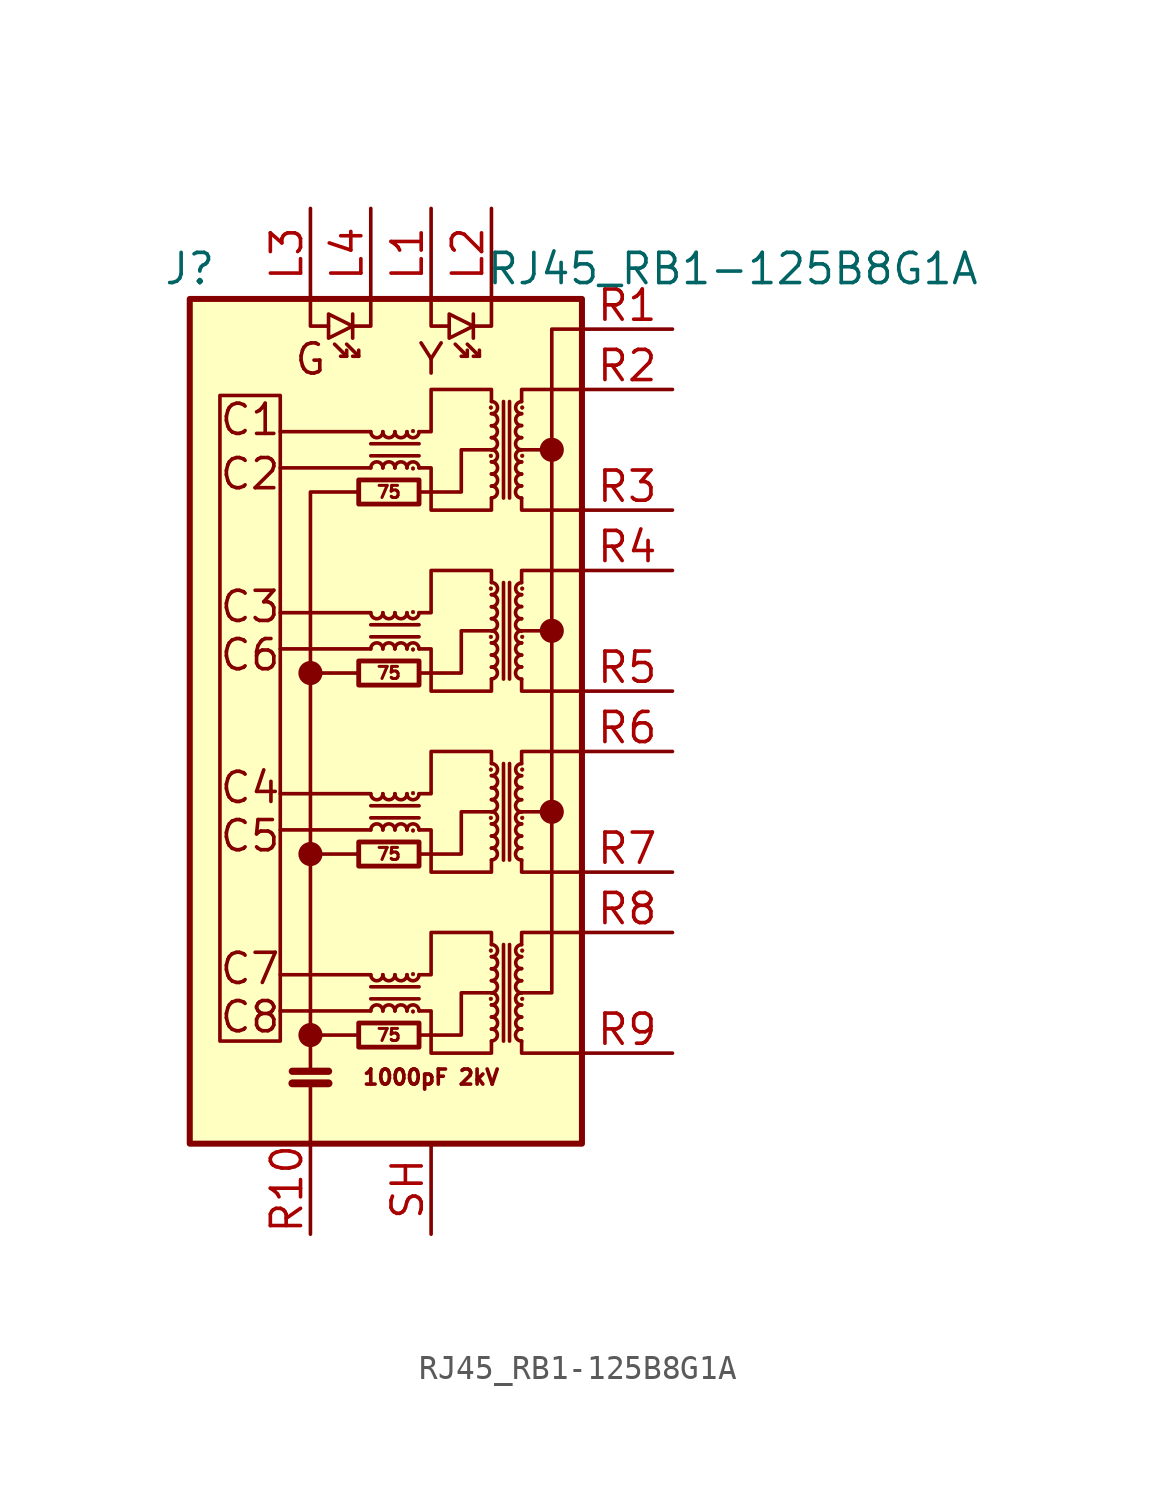
<source format=kicad_sym>
(kicad_symbol_lib
  (version 20220914)
  (generator kicad_symbol_editor)
  (symbol "RJ45_RB1-125B8G1A"
    (pin_names hide)
    (property "Reference" "J"
      (at -7.62 20.32 0)
      (effects (font (size 1.27 1.27))))
    (property "Value" "RJ45_RB1-125B8G1A"
      (at 15.24 20.32 0)
      (effects (font (size 1.27 1.27))))
    (symbol "RJ45_RB1-125B8G1A_0_0"
      (circle (center -2.54 -11.938) (radius 0.0001) (stroke (width 0.508) (type default)) (fill (type none)))
      (circle (center -2.54 -4.318) (radius 0.0001) (stroke (width 0.508) (type default)) (fill (type none)))
      (circle (center -2.54 3.302) (radius 0.0001) (stroke (width 0.508) (type default)) (fill (type none)))
      (polyline (pts (xy -0.508 -11.938) (xy -2.54 -11.938)) (stroke (width 0) (type default)) (fill (type none)))
      (polyline (pts (xy 0 -10.922) (xy -3.81 -10.922)) (stroke (width 0) (type default)) (fill (type none)))
      (polyline (pts (xy 0 -9.398) (xy -3.81 -9.398)) (stroke (width 0) (type default)) (fill (type none)))
      (polyline (pts (xy 0 -3.302) (xy -3.81 -3.302)) (stroke (width 0) (type default)) (fill (type none)))
      (polyline (pts (xy 0 -1.778) (xy -3.81 -1.778)) (stroke (width 0) (type default)) (fill (type none)))
      (polyline (pts (xy 0 4.318) (xy -3.81 4.318)) (stroke (width 0) (type default)) (fill (type none)))
      (polyline (pts (xy 0 5.842) (xy -3.81 5.842)) (stroke (width 0) (type default)) (fill (type none)))
      (polyline (pts (xy 0 11.938) (xy -3.81 11.938)) (stroke (width 0) (type default)) (fill (type none)))
      (polyline (pts (xy 0 13.462) (xy -3.81 13.462)) (stroke (width 0) (type default)) (fill (type none)))
      (polyline (pts (xy 6.35 5.08) (xy 7.62 5.08)) (stroke (width 0) (type default)) (fill (type none)))
      (polyline (pts (xy 7.62 -2.54) (xy 6.35 -2.54)) (stroke (width 0) (type default)) (fill (type none)))
      (polyline (pts (xy 7.62 12.7) (xy 6.35 12.7)) (stroke (width 0) (type default)) (fill (type none)))
      (polyline (pts (xy 2.032 -11.938) (xy 3.81 -11.938) (xy 3.81 -10.16) (xy 5.08 -10.16)) (stroke (width 0) (type default)) (fill (type none)))
      (polyline (pts (xy 2.032 -4.318) (xy 3.81 -4.318) (xy 3.81 -2.54) (xy 5.08 -2.54)) (stroke (width 0) (type default)) (fill (type none)))
      (polyline (pts (xy 2.032 3.302) (xy 3.81 3.302) (xy 3.81 5.08) (xy 5.08 5.08)) (stroke (width 0) (type default)) (fill (type none)))
      (polyline (pts (xy 2.032 10.922) (xy 3.81 10.922) (xy 3.81 12.7) (xy 5.08 12.7)) (stroke (width 0) (type default)) (fill (type none)))
      (circle (center 7.62 -2.54) (radius 0.0001) (stroke (width 0.508) (type default)) (fill (type none)))
      (circle (center 7.62 5.08) (radius 0.0001) (stroke (width 0.508) (type default)) (fill (type none)))
      (circle (center 7.62 12.7) (radius 0.0001) (stroke (width 0.508) (type default)) (fill (type none)))
      (text "1000pF 2kV" (at 2.54 -13.716 0) (effects (font (size 0.635 0.635))))
      (text "C1" (at -5.08 13.97 0) (effects (font (size 1.27 1.27))))
      (text "C2" (at -5.08 11.684 0) (effects (font (size 1.27 1.27))))
      (text "C3" (at -5.08 6.096 0) (effects (font (size 1.27 1.27))))
      (text "C4" (at -5.08 -1.524 0) (effects (font (size 1.27 1.27))))
      (text "C5" (at -5.08 -3.556 0) (effects (font (size 1.27 1.27))))
      (text "C6" (at -5.08 4.064 0) (effects (font (size 1.27 1.27))))
      (text "C7" (at -5.08 -9.144 0) (effects (font (size 1.27 1.27))))
      (text "C8" (at -5.08 -11.176 0) (effects (font (size 1.27 1.27))))
      (text "G" (at -2.54 16.51 0) (effects (font (size 1.27 1.27))))
      (text "Y" (at 2.54 16.51 0) (effects (font (size 1.27 1.27)))))
    (symbol "RJ45_RB1-125B8G1A_0_1"
      (rectangle (start -7.62 19.05) (end 8.89 -16.51) (stroke (width 0.254) (type default)) (fill (type background)))
      (rectangle (start -3.81 -12.192) (end -6.35 14.986) (stroke (width 0) (type default)) (fill (type none)))
      (rectangle (start -0.508 -12.446) (end 2.032 -11.43) (stroke (width 0.203) (type default)) (fill (type none)))
      (rectangle (start -0.508 -4.826) (end 2.032 -3.81) (stroke (width 0.203) (type default)) (fill (type none)))
      (rectangle (start -0.508 2.794) (end 2.032 3.81) (stroke (width 0.203) (type default)) (fill (type none)))
      (rectangle (start -0.508 10.414) (end 2.032 11.43) (stroke (width 0.203) (type default)) (fill (type none)))
      (arc (start 0 -9.398) (mid 0.254 -9.6509) (end 0.508 -9.398) (stroke (width 0) (type default)) (fill (type none)))
      (arc (start 0 -1.778) (mid 0.254 -2.0309) (end 0.508 -1.778) (stroke (width 0) (type default)) (fill (type none)))
      (polyline (pts (xy -3.302 -13.97) (xy -1.778 -13.97)) (stroke (width 0.33) (type default)) (fill (type none)))
      (polyline (pts (xy -3.302 -13.462) (xy -1.778 -13.462)) (stroke (width 0.305) (type default)) (fill (type none)))
      (polyline (pts (xy -2.54 -16.51) (xy -2.54 -13.97)) (stroke (width 0) (type default)) (fill (type none)))
      (polyline (pts (xy -2.54 3.302) (xy -0.508 3.302)) (stroke (width 0) (type default)) (fill (type none)))
      (polyline (pts (xy -1.016 16.637) (xy -1.524 17.145)) (stroke (width 0) (type default)) (fill (type none)))
      (polyline (pts (xy -0.762 18.415) (xy -0.762 17.399)) (stroke (width 0) (type default)) (fill (type none)))
      (polyline (pts (xy -0.508 -4.318) (xy -2.54 -4.318)) (stroke (width 0) (type default)) (fill (type none)))
      (polyline (pts (xy -0.508 16.637) (xy -1.016 17.145)) (stroke (width 0) (type default)) (fill (type none)))
      (polyline (pts (xy 0 -10.414) (xy 2.032 -10.414)) (stroke (width 0) (type default)) (fill (type none)))
      (polyline (pts (xy 0 -2.794) (xy 2.032 -2.794)) (stroke (width 0) (type default)) (fill (type none)))
      (polyline (pts (xy 0 4.826) (xy 2.032 4.826)) (stroke (width 0) (type default)) (fill (type none)))
      (polyline (pts (xy 0 12.446) (xy 2.032 12.446)) (stroke (width 0) (type default)) (fill (type none)))
      (polyline (pts (xy 2.032 -9.906) (xy 0 -9.906)) (stroke (width 0) (type default)) (fill (type none)))
      (polyline (pts (xy 2.032 -2.286) (xy 0 -2.286)) (stroke (width 0) (type default)) (fill (type none)))
      (polyline (pts (xy 2.032 5.334) (xy 0 5.334)) (stroke (width 0) (type default)) (fill (type none)))
      (polyline (pts (xy 2.032 12.954) (xy 0 12.954)) (stroke (width 0) (type default)) (fill (type none)))
      (polyline (pts (xy 4.064 16.637) (xy 3.556 17.145)) (stroke (width 0) (type default)) (fill (type none)))
      (polyline (pts (xy 4.318 18.415) (xy 4.318 17.399)) (stroke (width 0) (type default)) (fill (type none)))
      (polyline (pts (xy 4.572 16.637) (xy 4.064 17.145)) (stroke (width 0) (type default)) (fill (type none)))
      (polyline (pts (xy 5.588 -8.128) (xy 5.588 -12.192)) (stroke (width 0) (type default)) (fill (type none)))
      (polyline (pts (xy 5.588 -0.508) (xy 5.588 -4.572)) (stroke (width 0) (type default)) (fill (type none)))
      (polyline (pts (xy 5.588 7.112) (xy 5.588 3.048)) (stroke (width 0) (type default)) (fill (type none)))
      (polyline (pts (xy 5.588 14.732) (xy 5.588 10.668)) (stroke (width 0) (type default)) (fill (type none)))
      (polyline (pts (xy 5.842 -12.192) (xy 5.842 -8.128)) (stroke (width 0) (type default)) (fill (type none)))
      (polyline (pts (xy 5.842 -4.572) (xy 5.842 -0.508)) (stroke (width 0) (type default)) (fill (type none)))
      (polyline (pts (xy 5.842 3.048) (xy 5.842 7.112)) (stroke (width 0) (type default)) (fill (type none)))
      (polyline (pts (xy 5.842 10.668) (xy 5.842 14.732)) (stroke (width 0) (type default)) (fill (type none)))
      (polyline (pts (xy -2.54 -13.462) (xy -2.54 10.922) (xy -0.508 10.922)) (stroke (width 0) (type default)) (fill (type none)))
      (polyline (pts (xy -2.54 19.05) (xy -2.54 17.907) (xy -1.778 17.907)) (stroke (width 0) (type default)) (fill (type none)))
      (polyline (pts (xy -1.016 16.891) (xy -1.016 16.637) (xy -1.27 16.637)) (stroke (width 0) (type default)) (fill (type none)))
      (polyline (pts (xy -0.508 16.891) (xy -0.508 16.637) (xy -0.762 16.637)) (stroke (width 0) (type default)) (fill (type none)))
      (polyline (pts (xy 0 19.05) (xy 0 17.907) (xy -0.762 17.907)) (stroke (width 0) (type default)) (fill (type none)))
      (polyline (pts (xy 2.54 19.05) (xy 2.54 17.907) (xy 3.302 17.907)) (stroke (width 0) (type default)) (fill (type none)))
      (polyline (pts (xy 4.064 16.891) (xy 4.064 16.637) (xy 3.81 16.637)) (stroke (width 0) (type default)) (fill (type none)))
      (polyline (pts (xy 4.572 16.891) (xy 4.572 16.637) (xy 4.318 16.637)) (stroke (width 0) (type default)) (fill (type none)))
      (polyline (pts (xy 5.08 19.05) (xy 5.08 17.907) (xy 4.318 17.907)) (stroke (width 0) (type default)) (fill (type none)))
      (polyline (pts (xy 6.35 -12.192) (xy 6.35 -12.7) (xy 8.89 -12.7)) (stroke (width 0) (type default)) (fill (type none)))
      (polyline (pts (xy 6.35 -8.128) (xy 6.35 -7.62) (xy 8.89 -7.62)) (stroke (width 0) (type default)) (fill (type none)))
      (polyline (pts (xy 6.35 -4.572) (xy 6.35 -5.08) (xy 8.89 -5.08)) (stroke (width 0) (type default)) (fill (type none)))
      (polyline (pts (xy 6.35 -0.508) (xy 6.35 0) (xy 8.89 0)) (stroke (width 0) (type default)) (fill (type none)))
      (polyline (pts (xy 6.35 3.048) (xy 6.35 2.54) (xy 8.89 2.54)) (stroke (width 0) (type default)) (fill (type none)))
      (polyline (pts (xy 6.35 7.112) (xy 6.35 7.62) (xy 8.89 7.62)) (stroke (width 0) (type default)) (fill (type none)))
      (polyline (pts (xy 6.35 10.668) (xy 6.35 10.16) (xy 8.89 10.16)) (stroke (width 0) (type default)) (fill (type none)))
      (polyline (pts (xy 6.35 14.732) (xy 6.35 15.24) (xy 8.89 15.24)) (stroke (width 0) (type default)) (fill (type none)))
      (polyline (pts (xy -0.762 17.907) (xy -1.778 18.415) (xy -1.778 17.399) (xy -0.762 17.907)) (stroke (width 0) (type default)) (fill (type none)))
      (polyline (pts (xy 4.318 17.907) (xy 3.302 18.415) (xy 3.302 17.399) (xy 4.318 17.907)) (stroke (width 0) (type default)) (fill (type none)))
      (polyline (pts (xy 8.89 17.78) (xy 7.62 17.78) (xy 7.62 -10.16) (xy 6.35 -10.16)) (stroke (width 0) (type default)) (fill (type none)))
      (polyline (pts (xy 2.032 -9.398) (xy 2.54 -9.398) (xy 2.54 -7.62) (xy 5.08 -7.62) (xy 5.08 -8.128)) (stroke (width 0) (type default)) (fill (type none)))
      (polyline (pts (xy 2.032 -1.778) (xy 2.54 -1.778) (xy 2.54 0) (xy 5.08 0) (xy 5.08 -0.508)) (stroke (width 0) (type default)) (fill (type none)))
      (polyline (pts (xy 2.032 5.842) (xy 2.54 5.842) (xy 2.54 7.62) (xy 5.08 7.62) (xy 5.08 7.112)) (stroke (width 0) (type default)) (fill (type none)))
      (polyline (pts (xy 2.032 13.462) (xy 2.54 13.462) (xy 2.54 15.24) (xy 5.08 15.24) (xy 5.08 14.732)) (stroke (width 0) (type default)) (fill (type none)))
      (polyline (pts (xy 5.08 -12.192) (xy 5.08 -12.7) (xy 2.54 -12.7) (xy 2.54 -10.922) (xy 2.032 -10.922)) (stroke (width 0) (type default)) (fill (type none)))
      (polyline (pts (xy 5.08 -4.572) (xy 5.08 -5.08) (xy 2.54 -5.08) (xy 2.54 -3.302) (xy 2.032 -3.302)) (stroke (width 0) (type default)) (fill (type none)))
      (polyline (pts (xy 5.08 3.048) (xy 5.08 2.54) (xy 2.54 2.54) (xy 2.54 4.318) (xy 2.032 4.318)) (stroke (width 0) (type default)) (fill (type none)))
      (polyline (pts (xy 5.08 10.668) (xy 5.08 10.16) (xy 2.54 10.16) (xy 2.54 11.938) (xy 2.032 11.938)) (stroke (width 0) (type default)) (fill (type none)))
      (arc (start 0 5.842) (mid 0.254 5.5891) (end 0.508 5.842) (stroke (width 0) (type default)) (fill (type none)))
      (arc (start 0 13.462) (mid 0.254 13.2091) (end 0.508 13.462) (stroke (width 0) (type default)) (fill (type none)))
      (arc (start 0.508 -10.922) (mid 0.254 -10.6691) (end 0 -10.922) (stroke (width 0) (type default)) (fill (type none)))
      (arc (start 0.508 -9.398) (mid 0.762 -9.6509) (end 1.016 -9.398) (stroke (width 0) (type default)) (fill (type none)))
      (arc (start 0.508 -3.302) (mid 0.254 -3.0491) (end 0 -3.302) (stroke (width 0) (type default)) (fill (type none)))
      (arc (start 0.508 -1.778) (mid 0.762 -2.0309) (end 1.016 -1.778) (stroke (width 0) (type default)) (fill (type none)))
      (arc (start 0.508 4.318) (mid 0.254 4.5709) (end 0 4.318) (stroke (width 0) (type default)) (fill (type none)))
      (arc (start 0.508 5.842) (mid 0.762 5.5891) (end 1.016 5.842) (stroke (width 0) (type default)) (fill (type none)))
      (arc (start 0.508 11.938) (mid 0.254 12.1909) (end 0 11.938) (stroke (width 0) (type default)) (fill (type none)))
      (arc (start 0.508 13.462) (mid 0.762 13.2091) (end 1.016 13.462) (stroke (width 0) (type default)) (fill (type none)))
      (arc (start 1.016 -10.922) (mid 0.762 -10.6691) (end 0.508 -10.922) (stroke (width 0) (type default)) (fill (type none)))
      (arc (start 1.016 -9.398) (mid 1.27 -9.6509) (end 1.524 -9.398) (stroke (width 0) (type default)) (fill (type none)))
      (arc (start 1.016 -3.302) (mid 0.762 -3.0491) (end 0.508 -3.302) (stroke (width 0) (type default)) (fill (type none)))
      (arc (start 1.016 -1.778) (mid 1.27 -2.0309) (end 1.524 -1.778) (stroke (width 0) (type default)) (fill (type none)))
      (arc (start 1.016 4.318) (mid 0.762 4.5709) (end 0.508 4.318) (stroke (width 0) (type default)) (fill (type none)))
      (arc (start 1.016 5.842) (mid 1.27 5.5891) (end 1.524 5.842) (stroke (width 0) (type default)) (fill (type none)))
      (arc (start 1.016 11.938) (mid 0.762 12.1909) (end 0.508 11.938) (stroke (width 0) (type default)) (fill (type none)))
      (arc (start 1.016 13.462) (mid 1.27 13.2091) (end 1.524 13.462) (stroke (width 0) (type default)) (fill (type none)))
      (arc (start 1.524 -10.922) (mid 1.27 -10.6691) (end 1.016 -10.922) (stroke (width 0) (type default)) (fill (type none)))
      (arc (start 1.524 -9.398) (mid 1.778 -9.6509) (end 2.032 -9.398) (stroke (width 0) (type default)) (fill (type none)))
      (arc (start 1.524 -3.302) (mid 1.27 -3.0491) (end 1.016 -3.302) (stroke (width 0) (type default)) (fill (type none)))
      (arc (start 1.524 -1.778) (mid 1.778 -2.0309) (end 2.032 -1.778) (stroke (width 0) (type default)) (fill (type none)))
      (arc (start 1.524 4.318) (mid 1.27 4.5709) (end 1.016 4.318) (stroke (width 0) (type default)) (fill (type none)))
      (arc (start 1.524 5.842) (mid 1.778 5.5891) (end 2.032 5.842) (stroke (width 0) (type default)) (fill (type none)))
      (arc (start 1.524 11.938) (mid 1.27 12.1909) (end 1.016 11.938) (stroke (width 0) (type default)) (fill (type none)))
      (arc (start 1.524 13.462) (mid 1.778 13.2091) (end 2.032 13.462) (stroke (width 0) (type default)) (fill (type none)))
      (circle (center 1.778 -10.947) (radius 0.076) (stroke (width 0.025) (type default)) (fill (type outline)))
      (circle (center 1.778 -9.373) (radius 0.076) (stroke (width 0.025) (type default)) (fill (type outline)))
      (circle (center 1.778 -3.327) (radius 0.076) (stroke (width 0.025) (type default)) (fill (type outline)))
      (circle (center 1.778 -1.753) (radius 0.076) (stroke (width 0.025) (type default)) (fill (type outline)))
      (circle (center 1.778 4.293) (radius 0.076) (stroke (width 0.025) (type default)) (fill (type outline)))
      (circle (center 1.778 5.867) (radius 0.076) (stroke (width 0.025) (type default)) (fill (type outline)))
      (circle (center 1.778 11.913) (radius 0.076) (stroke (width 0.025) (type default)) (fill (type outline)))
      (circle (center 1.778 13.487) (radius 0.076) (stroke (width 0.025) (type default)) (fill (type outline)))
      (arc (start 2.032 -10.922) (mid 1.778 -10.6691) (end 1.524 -10.922) (stroke (width 0) (type default)) (fill (type none)))
      (arc (start 2.032 -3.302) (mid 1.778 -3.0491) (end 1.524 -3.302) (stroke (width 0) (type default)) (fill (type none)))
      (arc (start 2.032 4.318) (mid 1.778 4.5709) (end 1.524 4.318) (stroke (width 0) (type default)) (fill (type none)))
      (arc (start 2.032 11.938) (mid 1.778 12.1909) (end 1.524 11.938) (stroke (width 0) (type default)) (fill (type none)))
      (circle (center 5.055 -10.414) (radius 0.076) (stroke (width 0.025) (type default)) (fill (type outline)))
      (circle (center 5.055 -8.382) (radius 0.076) (stroke (width 0.025) (type default)) (fill (type outline)))
      (circle (center 5.055 -2.794) (radius 0.076) (stroke (width 0.025) (type default)) (fill (type outline)))
      (circle (center 5.055 -0.762) (radius 0.076) (stroke (width 0.025) (type default)) (fill (type outline)))
      (circle (center 5.055 4.826) (radius 0.076) (stroke (width 0.025) (type default)) (fill (type outline)))
      (circle (center 5.055 6.858) (radius 0.076) (stroke (width 0.025) (type default)) (fill (type outline)))
      (circle (center 5.055 12.446) (radius 0.076) (stroke (width 0.025) (type default)) (fill (type outline)))
      (circle (center 5.055 14.478) (radius 0.076) (stroke (width 0.025) (type default)) (fill (type outline)))
      (arc (start 5.08 -12.192) (mid 5.3329 -11.938) (end 5.08 -11.684) (stroke (width 0) (type default)) (fill (type none)))
      (arc (start 5.08 -11.684) (mid 5.3328 -11.43) (end 5.08 -11.176) (stroke (width 0) (type default)) (fill (type none)))
      (arc (start 5.08 -11.176) (mid 5.3329 -10.922) (end 5.08 -10.668) (stroke (width 0) (type default)) (fill (type none)))
      (arc (start 5.08 -10.668) (mid 5.3329 -10.414) (end 5.08 -10.16) (stroke (width 0) (type default)) (fill (type none)))
      (arc (start 5.08 -10.16) (mid 5.3329 -9.906) (end 5.08 -9.652) (stroke (width 0) (type default)) (fill (type none)))
      (arc (start 5.08 -9.652) (mid 5.3329 -9.398) (end 5.08 -9.144) (stroke (width 0) (type default)) (fill (type none)))
      (arc (start 5.08 -9.144) (mid 5.3328 -8.89) (end 5.08 -8.636) (stroke (width 0) (type default)) (fill (type none)))
      (arc (start 5.08 -8.636) (mid 5.3329 -8.382) (end 5.08 -8.128) (stroke (width 0) (type default)) (fill (type none)))
      (arc (start 5.08 -4.572) (mid 5.3329 -4.318) (end 5.08 -4.064) (stroke (width 0) (type default)) (fill (type none)))
      (arc (start 5.08 -4.064) (mid 5.3328 -3.81) (end 5.08 -3.556) (stroke (width 0) (type default)) (fill (type none)))
      (arc (start 5.08 -3.556) (mid 5.3329 -3.302) (end 5.08 -3.048) (stroke (width 0) (type default)) (fill (type none)))
      (arc (start 5.08 -3.048) (mid 5.3329 -2.794) (end 5.08 -2.54) (stroke (width 0) (type default)) (fill (type none)))
      (arc (start 5.08 -2.54) (mid 5.3329 -2.286) (end 5.08 -2.032) (stroke (width 0) (type default)) (fill (type none)))
      (arc (start 5.08 -2.032) (mid 5.3329 -1.778) (end 5.08 -1.524) (stroke (width 0) (type default)) (fill (type none)))
      (arc (start 5.08 -1.524) (mid 5.3328 -1.27) (end 5.08 -1.016) (stroke (width 0) (type default)) (fill (type none)))
      (arc (start 5.08 -1.016) (mid 5.3329 -0.762) (end 5.08 -0.508) (stroke (width 0) (type default)) (fill (type none)))
      (arc (start 5.08 3.048) (mid 5.3329 3.302) (end 5.08 3.556) (stroke (width 0) (type default)) (fill (type none)))
      (arc (start 5.08 3.556) (mid 5.3328 3.81) (end 5.08 4.064) (stroke (width 0) (type default)) (fill (type none)))
      (arc (start 5.08 4.064) (mid 5.3329 4.318) (end 5.08 4.572) (stroke (width 0) (type default)) (fill (type none)))
      (arc (start 5.08 4.572) (mid 5.3329 4.826) (end 5.08 5.08) (stroke (width 0) (type default)) (fill (type none)))
      (arc (start 5.08 5.08) (mid 5.3329 5.334) (end 5.08 5.588) (stroke (width 0) (type default)) (fill (type none)))
      (arc (start 5.08 5.588) (mid 5.3329 5.842) (end 5.08 6.096) (stroke (width 0) (type default)) (fill (type none)))
      (arc (start 5.08 6.096) (mid 5.3328 6.35) (end 5.08 6.604) (stroke (width 0) (type default)) (fill (type none)))
      (arc (start 5.08 6.604) (mid 5.3329 6.858) (end 5.08 7.112) (stroke (width 0) (type default)) (fill (type none)))
      (arc (start 5.08 10.668) (mid 5.3329 10.922) (end 5.08 11.176) (stroke (width 0) (type default)) (fill (type none)))
      (arc (start 5.08 11.176) (mid 5.3328 11.43) (end 5.08 11.684) (stroke (width 0) (type default)) (fill (type none)))
      (arc (start 5.08 11.684) (mid 5.3329 11.938) (end 5.08 12.192) (stroke (width 0) (type default)) (fill (type none)))
      (arc (start 5.08 12.192) (mid 5.3329 12.446) (end 5.08 12.7) (stroke (width 0) (type default)) (fill (type none)))
      (arc (start 5.08 12.7) (mid 5.3329 12.954) (end 5.08 13.208) (stroke (width 0) (type default)) (fill (type none)))
      (arc (start 5.08 13.208) (mid 5.3329 13.462) (end 5.08 13.716) (stroke (width 0) (type default)) (fill (type none)))
      (arc (start 5.08 13.716) (mid 5.3328 13.97) (end 5.08 14.224) (stroke (width 0) (type default)) (fill (type none)))
      (arc (start 5.08 14.224) (mid 5.3329 14.478) (end 5.08 14.732) (stroke (width 0) (type default)) (fill (type none)))
      (arc (start 6.35 -11.684) (mid 6.0971 -11.938) (end 6.35 -12.192) (stroke (width 0) (type default)) (fill (type none)))
      (arc (start 6.35 -11.176) (mid 6.0971 -11.43) (end 6.35 -11.684) (stroke (width 0) (type default)) (fill (type none)))
      (arc (start 6.35 -10.668) (mid 6.0971 -10.922) (end 6.35 -11.176) (stroke (width 0) (type default)) (fill (type none)))
      (arc (start 6.35 -10.16) (mid 6.0971 -10.414) (end 6.35 -10.668) (stroke (width 0) (type default)) (fill (type none)))
      (arc (start 6.35 -9.652) (mid 6.0971 -9.906) (end 6.35 -10.16) (stroke (width 0) (type default)) (fill (type none)))
      (arc (start 6.35 -9.144) (mid 6.0971 -9.398) (end 6.35 -9.652) (stroke (width 0) (type default)) (fill (type none)))
      (arc (start 6.35 -8.636) (mid 6.0971 -8.89) (end 6.35 -9.144) (stroke (width 0) (type default)) (fill (type none)))
      (arc (start 6.35 -8.128) (mid 6.0971 -8.382) (end 6.35 -8.636) (stroke (width 0) (type default)) (fill (type none)))
      (arc (start 6.35 -4.064) (mid 6.0971 -4.318) (end 6.35 -4.572) (stroke (width 0) (type default)) (fill (type none)))
      (arc (start 6.35 -3.556) (mid 6.0971 -3.81) (end 6.35 -4.064) (stroke (width 0) (type default)) (fill (type none)))
      (arc (start 6.35 -3.048) (mid 6.0971 -3.302) (end 6.35 -3.556) (stroke (width 0) (type default)) (fill (type none)))
      (arc (start 6.35 -2.54) (mid 6.0971 -2.794) (end 6.35 -3.048) (stroke (width 0) (type default)) (fill (type none)))
      (arc (start 6.35 -2.032) (mid 6.0971 -2.286) (end 6.35 -2.54) (stroke (width 0) (type default)) (fill (type none)))
      (arc (start 6.35 -1.524) (mid 6.0971 -1.778) (end 6.35 -2.032) (stroke (width 0) (type default)) (fill (type none)))
      (arc (start 6.35 -1.016) (mid 6.0971 -1.27) (end 6.35 -1.524) (stroke (width 0) (type default)) (fill (type none)))
      (arc (start 6.35 -0.508) (mid 6.0971 -0.762) (end 6.35 -1.016) (stroke (width 0) (type default)) (fill (type none)))
      (arc (start 6.35 3.556) (mid 6.0971 3.302) (end 6.35 3.048) (stroke (width 0) (type default)) (fill (type none)))
      (arc (start 6.35 4.064) (mid 6.0971 3.81) (end 6.35 3.556) (stroke (width 0) (type default)) (fill (type none)))
      (arc (start 6.35 4.572) (mid 6.0971 4.318) (end 6.35 4.064) (stroke (width 0) (type default)) (fill (type none)))
      (arc (start 6.35 5.08) (mid 6.0971 4.826) (end 6.35 4.572) (stroke (width 0) (type default)) (fill (type none)))
      (arc (start 6.35 5.588) (mid 6.0971 5.334) (end 6.35 5.08) (stroke (width 0) (type default)) (fill (type none)))
      (arc (start 6.35 6.096) (mid 6.0971 5.842) (end 6.35 5.588) (stroke (width 0) (type default)) (fill (type none)))
      (arc (start 6.35 6.604) (mid 6.0971 6.35) (end 6.35 6.096) (stroke (width 0) (type default)) (fill (type none)))
      (arc (start 6.35 7.112) (mid 6.0971 6.858) (end 6.35 6.604) (stroke (width 0) (type default)) (fill (type none)))
      (arc (start 6.35 11.176) (mid 6.0971 10.922) (end 6.35 10.668) (stroke (width 0) (type default)) (fill (type none)))
      (arc (start 6.35 11.684) (mid 6.0971 11.43) (end 6.35 11.176) (stroke (width 0) (type default)) (fill (type none)))
      (arc (start 6.35 12.192) (mid 6.0971 11.938) (end 6.35 11.684) (stroke (width 0) (type default)) (fill (type none)))
      (arc (start 6.35 12.7) (mid 6.0971 12.446) (end 6.35 12.192) (stroke (width 0) (type default)) (fill (type none)))
      (arc (start 6.35 13.208) (mid 6.0971 12.954) (end 6.35 12.7) (stroke (width 0) (type default)) (fill (type none)))
      (arc (start 6.35 13.716) (mid 6.0971 13.462) (end 6.35 13.208) (stroke (width 0) (type default)) (fill (type none)))
      (arc (start 6.35 14.224) (mid 6.0971 13.97) (end 6.35 13.716) (stroke (width 0) (type default)) (fill (type none)))
      (arc (start 6.35 14.732) (mid 6.0971 14.478) (end 6.35 14.224) (stroke (width 0) (type default)) (fill (type none)))
      (circle (center 6.375 -10.414) (radius 0.076) (stroke (width 0.025) (type default)) (fill (type outline)))
      (circle (center 6.375 -8.382) (radius 0.076) (stroke (width 0.025) (type default)) (fill (type outline)))
      (circle (center 6.375 -2.794) (radius 0.076) (stroke (width 0.025) (type default)) (fill (type outline)))
      (circle (center 6.375 -0.762) (radius 0.076) (stroke (width 0.025) (type default)) (fill (type outline)))
      (circle (center 6.375 4.826) (radius 0.076) (stroke (width 0.025) (type default)) (fill (type outline)))
      (circle (center 6.375 6.858) (radius 0.076) (stroke (width 0.025) (type default)) (fill (type outline)))
      (circle (center 6.375 12.446) (radius 0.076) (stroke (width 0.025) (type default)) (fill (type outline)))
      (circle (center 6.375 14.478) (radius 0.076) (stroke (width 0.025) (type default)) (fill (type outline)))
      (pin power_in line (at -2.54 -20.32 90) (length 3.81) (name "GND" (effects (font (size 1.27 1.27)))) (number "R10" (effects (font (size 1.27 1.27))))))
    (symbol "RJ45_RB1-125B8G1A_1_0"
      (text "75" (at 0.762 -11.938 0) (effects (font (size 0.508 0.508))))
      (text "75" (at 0.762 -4.318 0) (effects (font (size 0.508 0.508))))
      (text "75" (at 0.762 3.302 0) (effects (font (size 0.508 0.508))))
      (text "75" (at 0.762 10.922 0) (effects (font (size 0.508 0.508)))))
    (symbol "RJ45_RB1-125B8G1A_1_1"
      (pin passive line (at 2.54 22.86 270) (length 3.81) (name "~" (effects (font (size 1.27 1.27)))) (number "L1" (effects (font (size 1.27 1.27)))))
      (pin passive line (at 5.08 22.86 270) (length 3.81) (name "~" (effects (font (size 1.27 1.27)))) (number "L2" (effects (font (size 1.27 1.27)))))
      (pin passive line (at -2.54 22.86 270) (length 3.81) (name "~" (effects (font (size 1.27 1.27)))) (number "L3" (effects (font (size 1.27 1.27)))))
      (pin passive line (at 0 22.86 270) (length 3.81) (name "~" (effects (font (size 1.27 1.27)))) (number "L4" (effects (font (size 1.27 1.27)))))
      (pin passive line (at 12.7 17.78 180) (length 3.81) (name "CT" (effects (font (size 1.27 1.27)))) (number "R1" (effects (font (size 1.27 1.27)))))
      (pin passive line (at 12.7 15.24 180) (length 3.81) (name "TD1+" (effects (font (size 1.27 1.27)))) (number "R2" (effects (font (size 1.27 1.27)))))
      (pin passive line (at 12.7 10.16 180) (length 3.81) (name "TD1-" (effects (font (size 1.27 1.27)))) (number "R3" (effects (font (size 1.27 1.27)))))
      (pin passive line (at 12.7 7.62 180) (length 3.81) (name "TD2+" (effects (font (size 1.27 1.27)))) (number "R4" (effects (font (size 1.27 1.27)))))
      (pin passive line (at 12.7 2.54 180) (length 3.81) (name "TD2-" (effects (font (size 1.27 1.27)))) (number "R5" (effects (font (size 1.27 1.27)))))
      (pin passive line (at 12.7 0 180) (length 3.81) (name "TD3+" (effects (font (size 1.27 1.27)))) (number "R6" (effects (font (size 1.27 1.27)))))
      (pin passive line (at 12.7 -5.08 180) (length 3.81) (name "TD3-" (effects (font (size 1.27 1.27)))) (number "R7" (effects (font (size 1.27 1.27)))))
      (pin passive line (at 12.7 -7.62 180) (length 3.81) (name "TD4+" (effects (font (size 1.27 1.27)))) (number "R8" (effects (font (size 1.27 1.27)))))
      (pin passive line (at 12.7 -12.7 180) (length 3.81) (name "TD4-" (effects (font (size 1.27 1.27)))) (number "R9" (effects (font (size 1.27 1.27)))))
      (pin passive line (at 2.54 -20.32 90) (length 3.81) (name "SH" (effects (font (size 1.27 1.27)))) (number "SH" (effects (font (size 1.27 1.27))))))))
</source>
